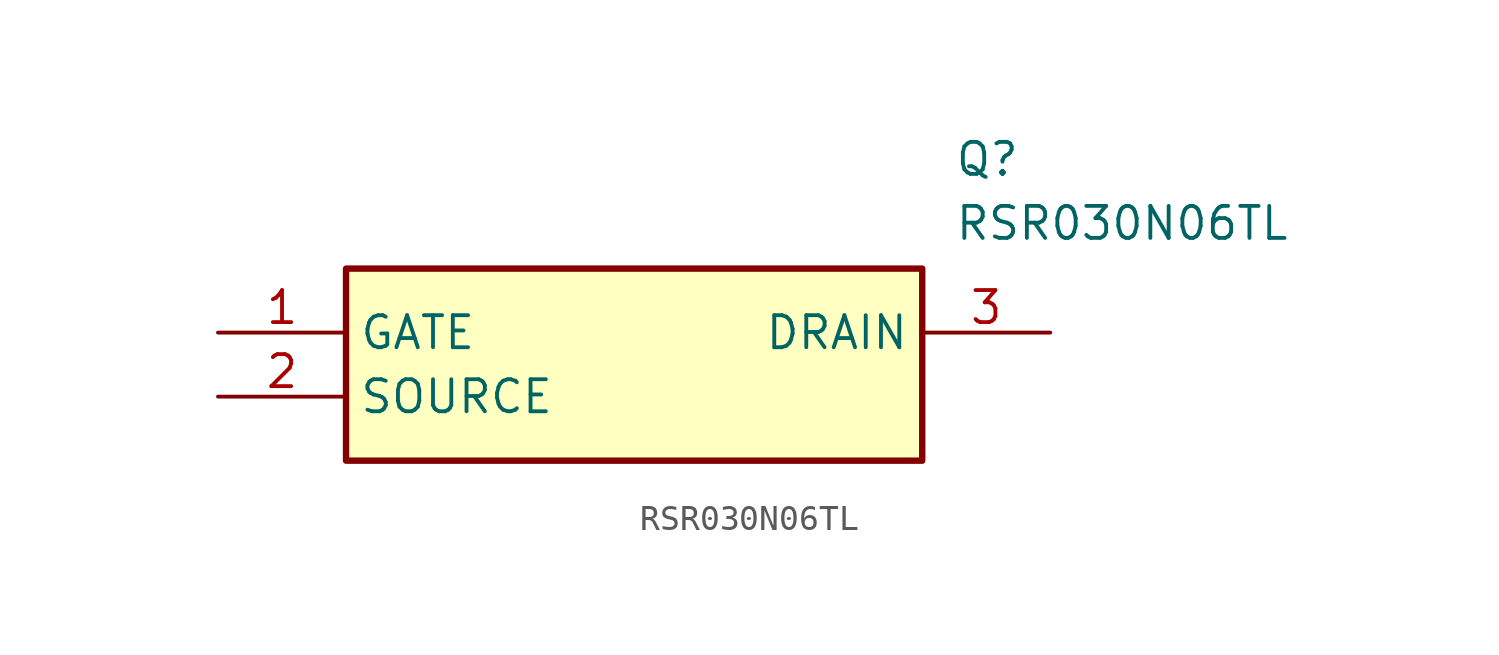
<source format=kicad_sym>
(kicad_symbol_lib
  (version 20211014)
  (generator SamacSys_ECAD_Model)
  (symbol "RSR030N06TL"
    (property "Reference" "Q"
      (at 29.21 7.62 0)
      (effects (font (size 1.27 1.27)) (justify left top)))
    (property "Value" "RSR030N06TL"
      (at 29.21 5.08 0)
      (effects (font (size 1.27 1.27)) (justify left top)))
    (rectangle
      (start 5.08 2.54)
      (end 27.94 -5.08)
      (stroke (width 0.254) (type default))
      (fill (type background)))
    (pin input line
      (at 0 0 0)
      (length 5.08)
      (name "GATE" (effects (font (size 1.27 1.27))))
      (number "1" (effects (font (size 1.27 1.27)))))
    (pin power_in line
      (at 0 -2.54 0)
      (length 5.08)
      (name "SOURCE" (effects (font (size 1.27 1.27))))
      (number "2" (effects (font (size 1.27 1.27)))))
    (pin power_in line
      (at 33.02 0 180)
      (length 5.08)
      (name "DRAIN" (effects (font (size 1.27 1.27))))
      (number "3" (effects (font (size 1.27 1.27)))))))
</source>
